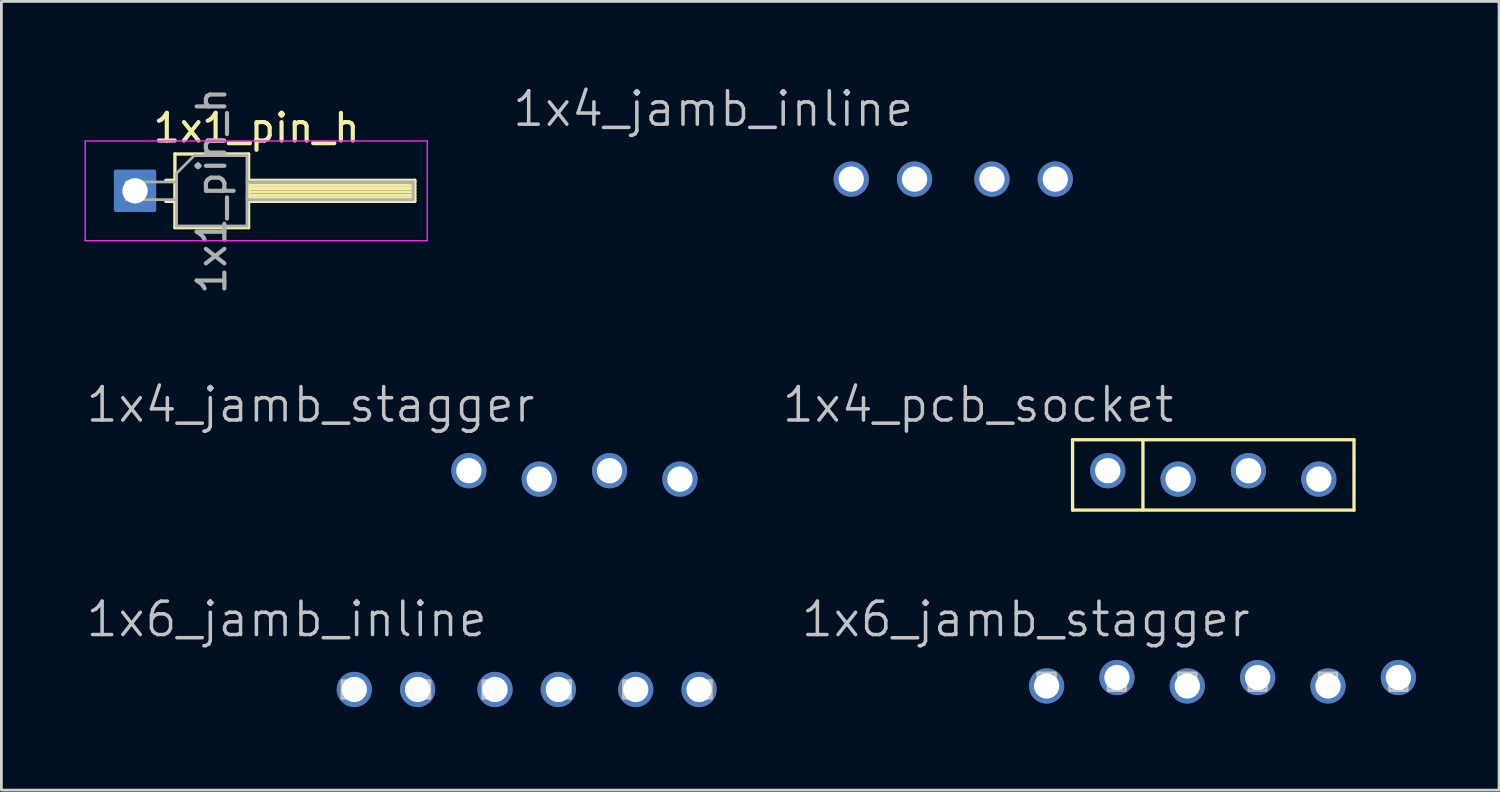
<source format=kicad_pcb>
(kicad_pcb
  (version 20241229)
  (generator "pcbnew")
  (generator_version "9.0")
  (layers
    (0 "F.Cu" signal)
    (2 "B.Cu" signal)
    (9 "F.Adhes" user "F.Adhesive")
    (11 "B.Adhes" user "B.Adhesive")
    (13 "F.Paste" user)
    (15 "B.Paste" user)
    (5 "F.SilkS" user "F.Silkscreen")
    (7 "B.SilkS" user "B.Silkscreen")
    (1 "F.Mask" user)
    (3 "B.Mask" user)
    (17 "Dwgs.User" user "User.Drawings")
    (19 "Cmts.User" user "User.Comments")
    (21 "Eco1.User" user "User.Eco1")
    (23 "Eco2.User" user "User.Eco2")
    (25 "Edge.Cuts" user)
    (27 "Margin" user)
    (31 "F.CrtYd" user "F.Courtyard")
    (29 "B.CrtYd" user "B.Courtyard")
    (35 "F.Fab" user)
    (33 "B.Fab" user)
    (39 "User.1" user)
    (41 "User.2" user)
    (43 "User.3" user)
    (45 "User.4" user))
  (footprint "1x6_jamb_stagger"
    (layer "F.Cu")
    (at 41.084 21.562)
    (property "Reference" "1x6_jamb_stagger" (at 1.079 -1.549 180) (layer "Dwgs.User") (effects (font (size 1.206 1.206) (thickness 0.127)) (justify right bottom)))
    (attr through_hole)
    (fp_poly (pts (xy -6.668 -0.318) (xy -6.668 0.318) (xy -6.032 0.318) (xy -6.032 -0.318)) (stroke (width 0.1) (type solid)) (fill no) (layer "Dwgs.User"))
    (fp_poly (pts (xy -4.128 -0.318) (xy -4.128 0.318) (xy -3.493 0.318) (xy -3.493 -0.318)) (stroke (width 0.1) (type solid)) (fill no) (layer "Dwgs.User"))
    (fp_poly (pts (xy -1.587 -0.318) (xy -1.587 0.318) (xy -0.953 0.318) (xy -0.953 -0.318)) (stroke (width 0.1) (type solid)) (fill no) (layer "Dwgs.User"))
    (fp_poly (pts (xy 0.953 -0.318) (xy 0.953 0.318) (xy 1.587 0.318) (xy 1.587 -0.318)) (stroke (width 0.1) (type solid)) (fill no) (layer "Dwgs.User"))
    (fp_poly (pts (xy 3.493 -0.318) (xy 3.493 0.318) (xy 4.128 0.318) (xy 4.128 -0.318)) (stroke (width 0.1) (type solid)) (fill no) (layer "Dwgs.User"))
    (fp_poly (pts (xy 6.032 -0.318) (xy 6.032 0.318) (xy 6.668 0.318) (xy 6.668 -0.318)) (stroke (width 0.1) (type solid)) (fill no) (layer "Dwgs.User"))
    (pad "1" thru_hole circle (at -6.35 0.152) (size 1.27 1.27) (drill 0.914) (layers "*.Cu" "*.Mask"))
    (pad "2" thru_hole circle (at -3.81 -0.152) (size 1.27 1.27) (drill 0.914) (layers "*.Cu" "*.Mask"))
    (pad "3" thru_hole circle (at -1.27 0.152) (size 1.27 1.27) (drill 0.914) (layers "*.Cu" "*.Mask"))
    (pad "4" thru_hole circle (at 1.27 -0.152) (size 1.27 1.27) (drill 0.914) (layers "*.Cu" "*.Mask"))
    (pad "5" thru_hole circle (at 3.81 0.152) (size 1.27 1.27) (drill 0.914) (layers "*.Cu" "*.Mask"))
    (pad "6" thru_hole circle (at 6.35 -0.152) (size 1.27 1.27) (drill 0.914) (layers "*.Cu" "*.Mask")))
  (footprint "1x6_jamb_inline"
    (layer "F.Cu")
    (at 15.964 21.841)
    (property "Reference" "1x6_jamb_inline" (at -1.346 -1.829 180) (layer "Dwgs.User") (effects (font (size 1.206 1.206) (thickness 0.127)) (justify right bottom)))
    (attr through_hole)
    (fp_poly (pts (xy -6.668 -0.318) (xy -6.668 0.318) (xy -6.032 0.318) (xy -6.032 -0.318)) (stroke (width 0.1) (type solid)) (fill no) (layer "Dwgs.User"))
    (fp_poly (pts (xy -4.128 -0.318) (xy -4.128 0.318) (xy -3.493 0.318) (xy -3.493 -0.318)) (stroke (width 0.1) (type solid)) (fill no) (layer "Dwgs.User"))
    (fp_poly (pts (xy -1.587 -0.318) (xy -1.587 0.318) (xy -0.953 0.318) (xy -0.953 -0.318)) (stroke (width 0.1) (type solid)) (fill no) (layer "Dwgs.User"))
    (fp_poly (pts (xy 0.953 -0.318) (xy 0.953 0.318) (xy 1.587 0.318) (xy 1.587 -0.318)) (stroke (width 0.1) (type solid)) (fill no) (layer "Dwgs.User"))
    (fp_poly (pts (xy 3.493 -0.318) (xy 3.493 0.318) (xy 4.128 0.318) (xy 4.128 -0.318)) (stroke (width 0.1) (type solid)) (fill no) (layer "Dwgs.User"))
    (fp_poly (pts (xy 6.032 -0.318) (xy 6.032 0.318) (xy 6.668 0.318) (xy 6.668 -0.318)) (stroke (width 0.1) (type solid)) (fill no) (layer "Dwgs.User"))
    (pad "1" thru_hole circle (at -6.223 0) (size 1.27 1.27) (drill 0.914) (layers "*.Cu" "*.Mask"))
    (pad "2" thru_hole circle (at -3.937 0) (size 1.27 1.27) (drill 0.914) (layers "*.Cu" "*.Mask"))
    (pad "3" thru_hole circle (at -1.143 0) (size 1.27 1.27) (drill 0.914) (layers "*.Cu" "*.Mask"))
    (pad "4" thru_hole circle (at 1.143 0) (size 1.27 1.27) (drill 0.914) (layers "*.Cu" "*.Mask"))
    (pad "5" thru_hole circle (at 3.937 0) (size 1.27 1.27) (drill 0.914) (layers "*.Cu" "*.Mask"))
    (pad "6" thru_hole circle (at 6.223 0) (size 1.27 1.27) (drill 0.914) (layers "*.Cu" "*.Mask")))
  (footprint "1x1_pin_h"
    (layer "F.Cu")
    (at 1.825 3.839)
    (property "Reference" "1x1_pin_h" (at 4.385 -2.27 0) (unlocked yes) (layer "F.SilkS") (effects (font (size 1 1) (thickness 0.15))))
    (attr through_hole)
    (fp_line (start 1.11 -0.38) (end 1.44 -0.38) (stroke (width 0.12) (type solid)) (layer "F.SilkS"))
    (fp_line (start 1.11 0.38) (end 1.44 0.38) (stroke (width 0.12) (type solid)) (layer "F.SilkS"))
    (fp_line (start 1.44 -1.33) (end 1.44 1.33) (stroke (width 0.12) (type solid)) (layer "F.SilkS"))
    (fp_line (start 1.44 1.33) (end 4.1 1.33) (stroke (width 0.12) (type solid)) (layer "F.SilkS"))
    (fp_line (start 4.1 -1.33) (end 1.44 -1.33) (stroke (width 0.12) (type solid)) (layer "F.SilkS"))
    (fp_line (start 4.1 -0.38) (end 10.1 -0.38) (stroke (width 0.12) (type solid)) (layer "F.SilkS"))
    (fp_line (start 4.1 -0.32) (end 10.1 -0.32) (stroke (width 0.12) (type solid)) (layer "F.SilkS"))
    (fp_line (start 4.1 -0.2) (end 10.1 -0.2) (stroke (width 0.12) (type solid)) (layer "F.SilkS"))
    (fp_line (start 4.1 -0.08) (end 10.1 -0.08) (stroke (width 0.12) (type solid)) (layer "F.SilkS"))
    (fp_line (start 4.1 0.04) (end 10.1 0.04) (stroke (width 0.12) (type solid)) (layer "F.SilkS"))
    (fp_line (start 4.1 0.16) (end 10.1 0.16) (stroke (width 0.12) (type solid)) (layer "F.SilkS"))
    (fp_line (start 4.1 0.28) (end 10.1 0.28) (stroke (width 0.12) (type solid)) (layer "F.SilkS"))
    (fp_line (start 4.1 1.33) (end 4.1 -1.33) (stroke (width 0.12) (type solid)) (layer "F.SilkS"))
    (fp_line (start 10.1 -0.38) (end 10.1 0.38) (stroke (width 0.12) (type solid)) (layer "F.SilkS"))
    (fp_line (start 10.1 0.38) (end 4.1 0.38) (stroke (width 0.12) (type solid)) (layer "F.SilkS"))
    (fp_line (start -1.8 -1.8) (end -1.8 1.8) (stroke (width 0.05) (type solid)) (layer "F.CrtYd"))
    (fp_line (start -1.8 1.8) (end 10.55 1.8) (stroke (width 0.05) (type solid)) (layer "F.CrtYd"))
    (fp_line (start 10.55 -1.8) (end -1.8 -1.8) (stroke (width 0.05) (type solid)) (layer "F.CrtYd"))
    (fp_line (start 10.55 1.8) (end 10.55 -1.8) (stroke (width 0.05) (type solid)) (layer "F.CrtYd"))
    (fp_line (start -0.32 -0.32) (end -0.32 0.32) (stroke (width 0.1) (type solid)) (layer "F.Fab"))
    (fp_line (start -0.32 -0.32) (end 1.5 -0.32) (stroke (width 0.1) (type solid)) (layer "F.Fab"))
    (fp_line (start -0.32 0.32) (end 1.5 0.32) (stroke (width 0.1) (type solid)) (layer "F.Fab"))
    (fp_line (start 1.5 -0.635) (end 2.135 -1.27) (stroke (width 0.1) (type solid)) (layer "F.Fab"))
    (fp_line (start 1.5 1.27) (end 1.5 -0.635) (stroke (width 0.1) (type solid)) (layer "F.Fab"))
    (fp_line (start 2.135 -1.27) (end 4.04 -1.27) (stroke (width 0.1) (type solid)) (layer "F.Fab"))
    (fp_line (start 4.04 -1.27) (end 4.04 1.27) (stroke (width 0.1) (type solid)) (layer "F.Fab"))
    (fp_line (start 4.04 -0.32) (end 10.04 -0.32) (stroke (width 0.1) (type solid)) (layer "F.Fab"))
    (fp_line (start 4.04 0.32) (end 10.04 0.32) (stroke (width 0.1) (type solid)) (layer "F.Fab"))
    (fp_line (start 4.04 1.27) (end 1.5 1.27) (stroke (width 0.1) (type solid)) (layer "F.Fab"))
    (fp_line (start 10.04 -0.32) (end 10.04 0.32) (stroke (width 0.1) (type solid)) (layer "F.Fab"))
    (fp_text user "${REFERENCE}" (at 2.77 0 90) (layer "F.Fab") (effects (font (size 1 1) (thickness 0.15))))
    (pad "1" thru_hole roundrect (at 0 0) (size 1.524 1.524) (drill 0.914) (layers "*.Cu" "*.Mask") (roundrect_rratio 0.05)))
  (footprint "1x4_jamb_inline"
    (layer "F.Cu")
    (at 31.364 3.416)
    (property "Reference" "1x4_jamb_inline" (at -1.346 -1.829 180) (layer "Dwgs.User") (effects (font (size 1.206 1.206) (thickness 0.127)) (justify right bottom)))
    (attr through_hole)
    (fp_poly (pts (xy -4.128 -0.318) (xy -4.128 0.318) (xy -3.493 0.318) (xy -3.493 -0.318)) (stroke (width 0.000254) (type solid)) (fill no) (layer "Dwgs.User"))
    (fp_poly (pts (xy -1.587 -0.318) (xy -1.587 0.318) (xy -0.953 0.318) (xy -0.953 -0.318)) (stroke (width 0.000254) (type solid)) (fill no) (layer "Dwgs.User"))
    (fp_poly (pts (xy 0.953 -0.318) (xy 0.953 0.318) (xy 1.587 0.318) (xy 1.587 -0.318)) (stroke (width 0.000254) (type solid)) (fill no) (layer "Dwgs.User"))
    (fp_poly (pts (xy 3.493 -0.318) (xy 3.493 0.318) (xy 4.128 0.318) (xy 4.128 -0.318)) (stroke (width 0.000254) (type solid)) (fill no) (layer "Dwgs.User"))
    (pad "1" thru_hole circle (at -3.683 0) (size 1.27 1.27) (drill 0.914) (layers "*.Cu" "*.Mask"))
    (pad "2" thru_hole circle (at -1.397 0) (size 1.27 1.27) (drill 0.914) (layers "*.Cu" "*.Mask"))
    (pad "3" thru_hole circle (at 1.397 0) (size 1.27 1.27) (drill 0.914) (layers "*.Cu" "*.Mask"))
    (pad "4" thru_hole circle (at 3.683 0) (size 1.27 1.27) (drill 0.914) (layers "*.Cu" "*.Mask")))
  (footprint "1x4_pcb_socket"
    (layer "F.Cu")
    (at 40.752 14.095)
    (property "Reference" "1x4_pcb_socket" (at -1.346 -1.829 180) (layer "Dwgs.User") (effects (font (size 1.206 1.206) (thickness 0.127)) (justify right bottom)))
    (attr through_hole)
    (fp_line (start -5.08 -1.27) (end -5.08 1.27) (stroke (width 0.12) (type solid)) (layer "F.SilkS"))
    (fp_line (start -5.08 1.27) (end 5.08 1.27) (stroke (width 0.12) (type solid)) (layer "F.SilkS"))
    (fp_line (start -2.54 1.27) (end -2.54 -1.27) (stroke (width 0.12) (type solid)) (layer "F.SilkS"))
    (fp_line (start 5.08 -1.27) (end -5.08 -1.27) (stroke (width 0.12) (type solid)) (layer "F.SilkS"))
    (fp_line (start 5.08 1.27) (end 5.08 -1.27) (stroke (width 0.12) (type solid)) (layer "F.SilkS"))
    (fp_poly (pts (xy -4.128 -0.318) (xy -4.128 0.318) (xy -3.493 0.318) (xy -3.493 -0.318)) (stroke (width 0.000254) (type solid)) (fill no) (layer "Dwgs.User"))
    (fp_poly (pts (xy -1.587 -0.318) (xy -1.587 0.318) (xy -0.953 0.318) (xy -0.953 -0.318)) (stroke (width 0.000254) (type solid)) (fill no) (layer "Dwgs.User"))
    (fp_poly (pts (xy 0.953 -0.318) (xy 0.953 0.318) (xy 1.587 0.318) (xy 1.587 -0.318)) (stroke (width 0.000254) (type solid)) (fill no) (layer "Dwgs.User"))
    (fp_poly (pts (xy 3.493 -0.318) (xy 3.493 0.318) (xy 4.128 0.318) (xy 4.128 -0.318)) (stroke (width 0.000254) (type solid)) (fill no) (layer "Dwgs.User"))
    (pad "1" thru_hole circle (at -3.81 -0.152) (size 1.27 1.27) (drill 0.914) (layers "*.Cu" "*.Mask"))
    (pad "2" thru_hole circle (at -1.27 0.152) (size 1.27 1.27) (drill 0.914) (layers "*.Cu" "*.Mask"))
    (pad "3" thru_hole circle (at 1.27 -0.152) (size 1.27 1.27) (drill 0.914) (layers "*.Cu" "*.Mask"))
    (pad "4" thru_hole circle (at 3.81 0.152) (size 1.27 1.27) (drill 0.914) (layers "*.Cu" "*.Mask")))
  (footprint "1x4_jamb_stagger"
    (layer "F.Cu")
    (at 17.687 14.095)
    (property "Reference" "1x4_jamb_stagger" (at -1.346 -1.829 180) (layer "Dwgs.User") (effects (font (size 1.206 1.206) (thickness 0.127)) (justify right bottom)))
    (attr through_hole)
    (fp_poly (pts (xy -4.128 -0.318) (xy -4.128 0.318) (xy -3.493 0.318) (xy -3.493 -0.318)) (stroke (width 0.000254) (type solid)) (fill no) (layer "Dwgs.User"))
    (fp_poly (pts (xy -1.587 -0.318) (xy -1.587 0.318) (xy -0.953 0.318) (xy -0.953 -0.318)) (stroke (width 0.000254) (type solid)) (fill no) (layer "Dwgs.User"))
    (fp_poly (pts (xy 0.953 -0.318) (xy 0.953 0.318) (xy 1.587 0.318) (xy 1.587 -0.318)) (stroke (width 0.000254) (type solid)) (fill no) (layer "Dwgs.User"))
    (fp_poly (pts (xy 3.493 -0.318) (xy 3.493 0.318) (xy 4.128 0.318) (xy 4.128 -0.318)) (stroke (width 0.000254) (type solid)) (fill no) (layer "Dwgs.User"))
    (pad "1" thru_hole circle (at -3.81 -0.152) (size 1.27 1.27) (drill 0.914) (layers "*.Cu" "*.Mask"))
    (pad "2" thru_hole circle (at -1.27 0.152) (size 1.27 1.27) (drill 0.914) (layers "*.Cu" "*.Mask"))
    (pad "3" thru_hole circle (at 1.27 -0.152) (size 1.27 1.27) (drill 0.914) (layers "*.Cu" "*.Mask"))
    (pad "4" thru_hole circle (at 3.81 0.152) (size 1.27 1.27) (drill 0.914) (layers "*.Cu" "*.Mask")))
  (gr_rect
    (start -3 -3)
    (end 51.069 25.476)
    (stroke (width 0.1) (type default))
    (fill no)
    (layer "Edge.Cuts")))
</source>
